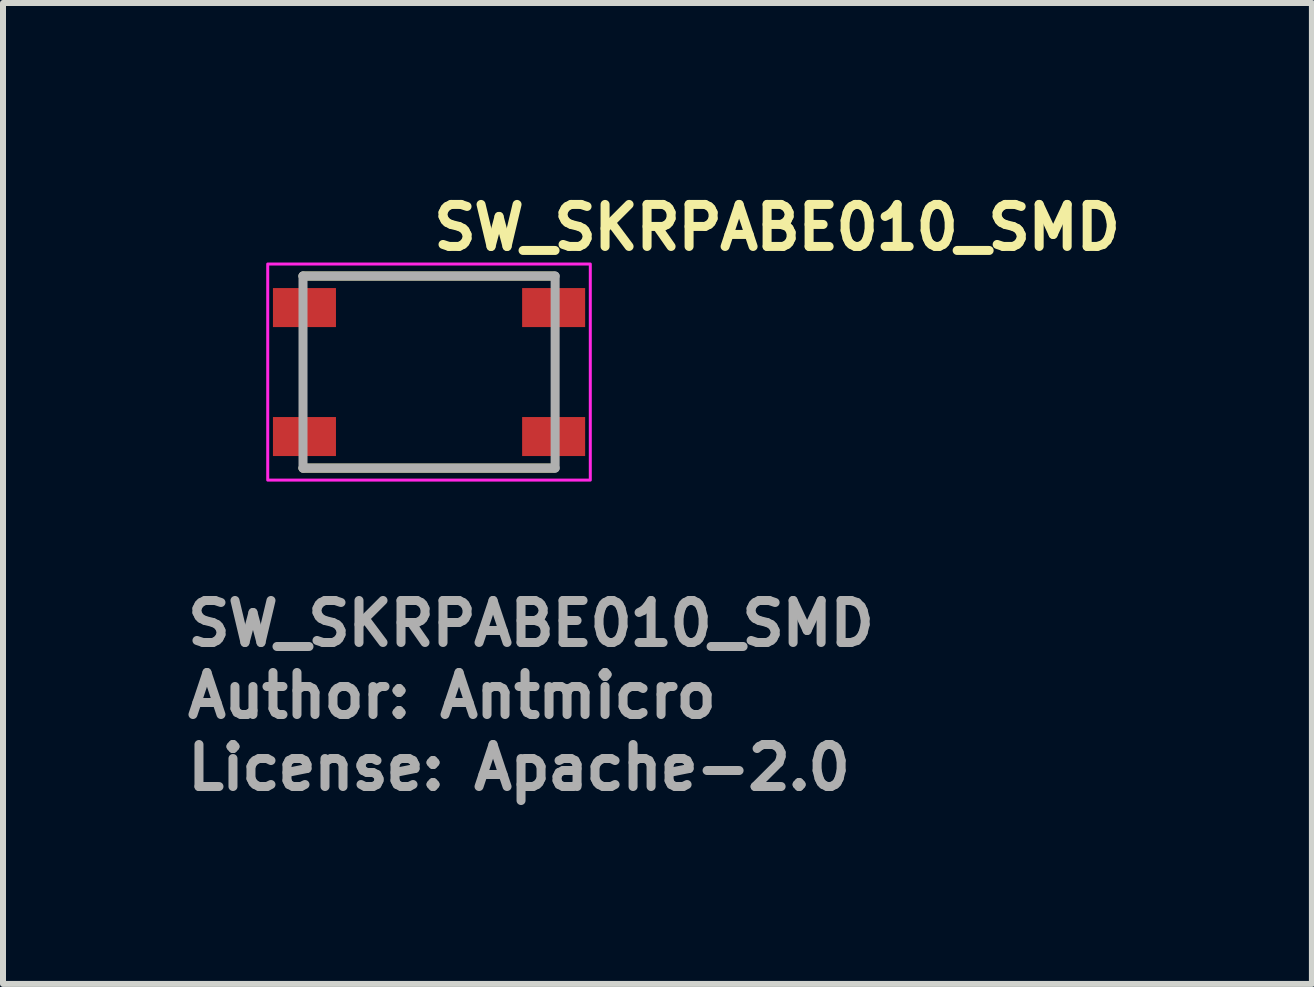
<source format=kicad_pcb>
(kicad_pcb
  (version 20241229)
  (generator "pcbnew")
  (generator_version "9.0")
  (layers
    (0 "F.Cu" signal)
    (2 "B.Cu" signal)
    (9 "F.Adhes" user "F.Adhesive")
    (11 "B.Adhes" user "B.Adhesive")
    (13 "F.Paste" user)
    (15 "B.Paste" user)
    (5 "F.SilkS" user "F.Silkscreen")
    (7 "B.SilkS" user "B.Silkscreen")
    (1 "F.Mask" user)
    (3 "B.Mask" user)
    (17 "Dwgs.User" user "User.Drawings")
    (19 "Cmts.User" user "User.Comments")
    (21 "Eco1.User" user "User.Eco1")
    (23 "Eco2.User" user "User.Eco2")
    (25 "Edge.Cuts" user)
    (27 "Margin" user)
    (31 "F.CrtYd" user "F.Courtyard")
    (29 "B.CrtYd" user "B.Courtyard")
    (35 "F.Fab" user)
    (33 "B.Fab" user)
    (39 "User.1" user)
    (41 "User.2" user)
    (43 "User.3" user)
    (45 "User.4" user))
  (footprint "SW_SKRPABE010_SMD"
    (layer "F.Cu")
    (at 4.1 3.15)
    (property "Reference" "SW_SKRPABE010_SMD" (at 0 -2 0) (layer "F.SilkS") (effects (font (size 0.7 0.7) (thickness 0.15)) (justify left bottom)))
    (attr smd)
    (fp_line (start -2.101 -1.601) (end 2.075 -1.601) (stroke (width 0.15) (type solid)) (layer "F.SilkS"))
    (fp_line (start -2.101 1.6) (end 2.075 1.6) (stroke (width 0.15) (type solid)) (layer "F.SilkS"))
    (fp_rect (start -2.689 -1.801) (end 2.686 1.8) (stroke (width 0.05) (type solid)) (fill no) (layer "F.CrtYd"))
    (fp_line (start -2.101 -1.601) (end 2.1 -1.601) (stroke (width 0.15) (type solid)) (layer "F.Fab"))
    (fp_line (start -2.101 1.6) (end -2.101 -1.601) (stroke (width 0.15) (type solid)) (layer "F.Fab"))
    (fp_line (start 2.1 -1.601) (end 2.1 1.6) (stroke (width 0.15) (type solid)) (layer "F.Fab"))
    (fp_line (start 2.1 1.6) (end -2.101 1.6) (stroke (width 0.15) (type solid)) (layer "F.Fab"))
    (fp_rect (start -2.289 -1.601) (end 2.286 1.6) (stroke (width 0.1) (type solid)) (fill no) (layer "User.5"))
    (fp_line (start -2.289 -1.351) (end -2.289 -0.802) (stroke (width 0.02) (type solid)) (layer "User.9"))
    (fp_line (start -2.289 -1.351) (end -2.191 -1.351) (stroke (width 0.02) (type solid)) (layer "User.9"))
    (fp_line (start -2.289 -0.802) (end -2.191 -0.802) (stroke (width 0.02) (type solid)) (layer "User.9"))
    (fp_line (start -2.289 0.8) (end -2.289 1.35) (stroke (width 0.02) (type solid)) (layer "User.9"))
    (fp_line (start -2.289 0.8) (end -2.191 0.8) (stroke (width 0.02) (type solid)) (layer "User.9"))
    (fp_line (start -2.289 1.35) (end -2.191 1.35) (stroke (width 0.02) (type solid)) (layer "User.9"))
    (fp_line (start -2.191 -0.802) (end -2.191 -1.351) (stroke (width 0.02) (type solid)) (layer "User.9"))
    (fp_line (start -2.191 -0.802) (end -2.101 -0.802) (stroke (width 0.02) (type solid)) (layer "User.9"))
    (fp_line (start -2.191 1.35) (end -2.191 0.8) (stroke (width 0.02) (type solid)) (layer "User.9"))
    (fp_line (start -2.191 1.35) (end -2.101 1.35) (stroke (width 0.02) (type solid)) (layer "User.9"))
    (fp_line (start -2.101 -1.412) (end -2.1 -1.422) (stroke (width 0.02) (type solid)) (layer "User.9"))
    (fp_line (start -2.101 -1.401) (end -2.101 -1.412) (stroke (width 0.02) (type solid)) (layer "User.9"))
    (fp_line (start -2.101 -1.401) (end -2.101 -0.402) (stroke (width 0.02) (type solid)) (layer "User.9"))
    (fp_line (start -2.101 -1.351) (end -2.191 -1.351) (stroke (width 0.02) (type solid)) (layer "User.9"))
    (fp_line (start -2.101 -0.402) (end -2.101 0.4) (stroke (width 0.02) (type solid)) (layer "User.9"))
    (fp_line (start -2.101 0.4) (end -2.101 1.398) (stroke (width 0.02) (type solid)) (layer "User.9"))
    (fp_line (start -2.101 0.4) (end -0.902 1.6) (stroke (width 0.02) (type solid)) (layer "User.9"))
    (fp_line (start -2.101 0.8) (end -2.191 0.8) (stroke (width 0.02) (type solid)) (layer "User.9"))
    (fp_line (start -2.101 1.409) (end -2.101 1.398) (stroke (width 0.02) (type solid)) (layer "User.9"))
    (fp_line (start -2.1 -1.422) (end -2.098 -1.432) (stroke (width 0.02) (type solid)) (layer "User.9"))
    (fp_line (start -2.1 1.419) (end -2.101 1.409) (stroke (width 0.02) (type solid)) (layer "User.9"))
    (fp_line (start -2.098 -1.432) (end -2.097 -1.442) (stroke (width 0.02) (type solid)) (layer "User.9"))
    (fp_line (start -2.098 1.429) (end -2.1 1.419) (stroke (width 0.02) (type solid)) (layer "User.9"))
    (fp_line (start -2.097 -1.442) (end -2.094 -1.45) (stroke (width 0.02) (type solid)) (layer "User.9"))
    (fp_line (start -2.097 1.439) (end -2.098 1.429) (stroke (width 0.02) (type solid)) (layer "User.9"))
    (fp_line (start -2.094 -1.45) (end -2.093 -1.46) (stroke (width 0.02) (type solid)) (layer "User.9"))
    (fp_line (start -2.094 1.449) (end -2.097 1.439) (stroke (width 0.02) (type solid)) (layer "User.9"))
    (fp_line (start -2.093 -1.46) (end -2.089 -1.47) (stroke (width 0.02) (type solid)) (layer "User.9"))
    (fp_line (start -2.093 1.459) (end -2.094 1.449) (stroke (width 0.02) (type solid)) (layer "User.9"))
    (fp_line (start -2.089 -1.47) (end -2.085 -1.478) (stroke (width 0.02) (type solid)) (layer "User.9"))
    (fp_line (start -2.089 1.467) (end -2.093 1.459) (stroke (width 0.02) (type solid)) (layer "User.9"))
    (fp_line (start -2.085 -1.478) (end -2.081 -1.488) (stroke (width 0.02) (type solid)) (layer "User.9"))
    (fp_line (start -2.085 1.477) (end -2.089 1.467) (stroke (width 0.02) (type solid)) (layer "User.9"))
    (fp_line (start -2.081 -1.488) (end -2.077 -1.496) (stroke (width 0.02) (type solid)) (layer "User.9"))
    (fp_line (start -2.081 1.485) (end -2.085 1.477) (stroke (width 0.02) (type solid)) (layer "User.9"))
    (fp_line (start -2.077 -1.496) (end -2.073 -1.504) (stroke (width 0.02) (type solid)) (layer "User.9"))
    (fp_line (start -2.077 1.495) (end -2.081 1.485) (stroke (width 0.02) (type solid)) (layer "User.9"))
    (fp_line (start -2.073 -1.504) (end -2.066 -1.512) (stroke (width 0.02) (type solid)) (layer "User.9"))
    (fp_line (start -2.073 1.503) (end -2.077 1.495) (stroke (width 0.02) (type solid)) (layer "User.9"))
    (fp_line (start -2.066 -1.512) (end -2.061 -1.52) (stroke (width 0.02) (type solid)) (layer "User.9"))
    (fp_line (start -2.066 1.511) (end -2.073 1.503) (stroke (width 0.02) (type solid)) (layer "User.9"))
    (fp_line (start -2.061 -1.52) (end -2.056 -1.528) (stroke (width 0.02) (type solid)) (layer "User.9"))
    (fp_line (start -2.061 1.519) (end -2.066 1.511) (stroke (width 0.02) (type solid)) (layer "User.9"))
    (fp_line (start -2.056 -1.528) (end -2.049 -1.536) (stroke (width 0.02) (type solid)) (layer "User.9"))
    (fp_line (start -2.056 1.527) (end -2.061 1.519) (stroke (width 0.02) (type solid)) (layer "User.9"))
    (fp_line (start -2.05 0.45) (end -2.05 -0.452) (stroke (width 0.02) (type solid)) (layer "User.9"))
    (fp_line (start -2.049 -1.536) (end -2.043 -1.543) (stroke (width 0.02) (type solid)) (layer "User.9"))
    (fp_line (start -2.049 1.533) (end -2.056 1.527) (stroke (width 0.02) (type solid)) (layer "User.9"))
    (fp_line (start -2.043 -1.543) (end -2.036 -1.549) (stroke (width 0.02) (type solid)) (layer "User.9"))
    (fp_line (start -2.043 1.54) (end -2.049 1.533) (stroke (width 0.02) (type solid)) (layer "User.9"))
    (fp_line (start -2.036 -1.549) (end -2.028 -1.555) (stroke (width 0.02) (type solid)) (layer "User.9"))
    (fp_line (start -2.036 1.548) (end -2.043 1.54) (stroke (width 0.02) (type solid)) (layer "User.9"))
    (fp_line (start -2.028 -1.555) (end -2.02 -1.561) (stroke (width 0.02) (type solid)) (layer "User.9"))
    (fp_line (start -2.028 1.554) (end -2.036 1.548) (stroke (width 0.02) (type solid)) (layer "User.9"))
    (fp_line (start -2.02 -1.561) (end -2.012 -1.567) (stroke (width 0.02) (type solid)) (layer "User.9"))
    (fp_line (start -2.02 1.56) (end -2.028 1.554) (stroke (width 0.02) (type solid)) (layer "User.9"))
    (fp_line (start -2.012 -1.567) (end -2.004 -1.573) (stroke (width 0.02) (type solid)) (layer "User.9"))
    (fp_line (start -2.012 1.564) (end -2.02 1.56) (stroke (width 0.02) (type solid)) (layer "User.9"))
    (fp_line (start -2.004 -1.573) (end -1.996 -1.577) (stroke (width 0.02) (type solid)) (layer "User.9"))
    (fp_line (start -2.004 1.57) (end -2.012 1.564) (stroke (width 0.02) (type solid)) (layer "User.9"))
    (fp_line (start -1.996 -1.577) (end -1.988 -1.581) (stroke (width 0.02) (type solid)) (layer "User.9"))
    (fp_line (start -1.996 1.574) (end -2.004 1.57) (stroke (width 0.02) (type solid)) (layer "User.9"))
    (fp_line (start -1.988 -1.581) (end -1.978 -1.585) (stroke (width 0.02) (type solid)) (layer "User.9"))
    (fp_line (start -1.988 1.58) (end -1.996 1.574) (stroke (width 0.02) (type solid)) (layer "User.9"))
    (fp_line (start -1.978 -1.585) (end -1.97 -1.589) (stroke (width 0.02) (type solid)) (layer "User.9"))
    (fp_line (start -1.978 1.584) (end -1.988 1.58) (stroke (width 0.02) (type solid)) (layer "User.9"))
    (fp_line (start -1.97 -1.589) (end -1.96 -1.593) (stroke (width 0.02) (type solid)) (layer "User.9"))
    (fp_line (start -1.97 1.586) (end -1.978 1.584) (stroke (width 0.02) (type solid)) (layer "User.9"))
    (fp_line (start -1.96 -1.593) (end -1.95 -1.595) (stroke (width 0.02) (type solid)) (layer "User.9"))
    (fp_line (start -1.96 1.59) (end -1.97 1.586) (stroke (width 0.02) (type solid)) (layer "User.9"))
    (fp_line (start -1.95 -1.595) (end -1.942 -1.597) (stroke (width 0.02) (type solid)) (layer "User.9"))
    (fp_line (start -1.95 1.592) (end -1.96 1.59) (stroke (width 0.02) (type solid)) (layer "User.9"))
    (fp_line (start -1.942 -1.597) (end -1.932 -1.599) (stroke (width 0.02) (type solid)) (layer "User.9"))
    (fp_line (start -1.942 1.594) (end -1.95 1.592) (stroke (width 0.02) (type solid)) (layer "User.9"))
    (fp_line (start -1.932 -1.599) (end -1.922 -1.599) (stroke (width 0.02) (type solid)) (layer "User.9"))
    (fp_line (start -1.932 1.596) (end -1.942 1.594) (stroke (width 0.02) (type solid)) (layer "User.9"))
    (fp_line (start -1.922 -1.599) (end -1.911 -1.601) (stroke (width 0.02) (type solid)) (layer "User.9"))
    (fp_line (start -1.922 1.598) (end -1.932 1.596) (stroke (width 0.02) (type solid)) (layer "User.9"))
    (fp_line (start -1.911 -1.601) (end -1.901 -1.601) (stroke (width 0.02) (type solid)) (layer "User.9"))
    (fp_line (start -1.911 1.598) (end -1.922 1.598) (stroke (width 0.02) (type solid)) (layer "User.9"))
    (fp_line (start -1.901 1.6) (end -1.911 1.598) (stroke (width 0.02) (type solid)) (layer "User.9"))
    (fp_line (start -1.901 1.6) (end -0.902 1.6) (stroke (width 0.02) (type solid)) (layer "User.9"))
    (fp_line (start -1.601 0) (end -1.599 0.076) (stroke (width 0.02) (type solid)) (layer "User.9"))
    (fp_line (start -1.599 -0.078) (end -1.601 0) (stroke (width 0.02) (type solid)) (layer "User.9"))
    (fp_line (start -1.599 0.076) (end -1.591 0.154) (stroke (width 0.02) (type solid)) (layer "User.9"))
    (fp_line (start -1.591 -0.156) (end -1.599 -0.078) (stroke (width 0.02) (type solid)) (layer "User.9"))
    (fp_line (start -1.591 0.154) (end -1.579 0.231) (stroke (width 0.02) (type solid)) (layer "User.9"))
    (fp_line (start -1.579 -0.233) (end -1.591 -0.156) (stroke (width 0.02) (type solid)) (layer "User.9"))
    (fp_line (start -1.579 0.231) (end -1.561 0.307) (stroke (width 0.02) (type solid)) (layer "User.9"))
    (fp_line (start -1.561 -0.309) (end -1.579 -0.233) (stroke (width 0.02) (type solid)) (layer "User.9"))
    (fp_line (start -1.561 0.307) (end -1.539 0.382) (stroke (width 0.02) (type solid)) (layer "User.9"))
    (fp_line (start -1.539 -0.384) (end -1.561 -0.309) (stroke (width 0.02) (type solid)) (layer "User.9"))
    (fp_line (start -1.539 0.382) (end -1.51 0.457) (stroke (width 0.02) (type solid)) (layer "User.9"))
    (fp_line (start -1.51 -0.459) (end -1.539 -0.384) (stroke (width 0.02) (type solid)) (layer "User.9"))
    (fp_line (start -1.51 0.457) (end -1.478 0.529) (stroke (width 0.02) (type solid)) (layer "User.9"))
    (fp_line (start -1.5 0) (end -1.498 -0.073) (stroke (width 0.02) (type solid)) (layer "User.9"))
    (fp_line (start -1.498 -0.073) (end -1.492 -0.144) (stroke (width 0.02) (type solid)) (layer "User.9"))
    (fp_line (start -1.498 0.071) (end -1.5 0) (stroke (width 0.02) (type solid)) (layer "User.9"))
    (fp_line (start -1.492 -0.144) (end -1.48 -0.213) (stroke (width 0.02) (type solid)) (layer "User.9"))
    (fp_line (start -1.492 0.142) (end -1.498 0.071) (stroke (width 0.02) (type solid)) (layer "User.9"))
    (fp_line (start -1.48 -0.213) (end -1.464 -0.284) (stroke (width 0.02) (type solid)) (layer "User.9"))
    (fp_line (start -1.48 0.211) (end -1.492 0.142) (stroke (width 0.02) (type solid)) (layer "User.9"))
    (fp_line (start -1.478 -0.531) (end -1.51 -0.459) (stroke (width 0.02) (type solid)) (layer "User.9"))
    (fp_line (start -1.478 0.529) (end -1.44 0.598) (stroke (width 0.02) (type solid)) (layer "User.9"))
    (fp_line (start -1.464 -0.284) (end -1.444 -0.352) (stroke (width 0.02) (type solid)) (layer "User.9"))
    (fp_line (start -1.464 0.282) (end -1.48 0.211) (stroke (width 0.02) (type solid)) (layer "User.9"))
    (fp_line (start -1.444 -0.352) (end -1.418 -0.419) (stroke (width 0.02) (type solid)) (layer "User.9"))
    (fp_line (start -1.444 0.351) (end -1.464 0.282) (stroke (width 0.02) (type solid)) (layer "User.9"))
    (fp_line (start -1.44 -0.6) (end -1.478 -0.531) (stroke (width 0.02) (type solid)) (layer "User.9"))
    (fp_line (start -1.44 -0.6) (end -1.44 -0.6) (stroke (width 0.02) (type solid)) (layer "User.9"))
    (fp_line (start -1.44 0.598) (end -1.44 0.598) (stroke (width 0.02) (type solid)) (layer "User.9"))
    (fp_line (start -1.44 0.598) (end -1.42 0.633) (stroke (width 0.02) (type solid)) (layer "User.9"))
    (fp_line (start -1.42 0.633) (end -1.397 0.667) (stroke (width 0.02) (type solid)) (layer "User.9"))
    (fp_line (start -1.418 -0.419) (end -1.389 -0.486) (stroke (width 0.02) (type solid)) (layer "User.9"))
    (fp_line (start -1.418 0.417) (end -1.444 0.351) (stroke (width 0.02) (type solid)) (layer "User.9"))
    (fp_line (start -1.397 -0.669) (end -1.44 -0.6) (stroke (width 0.02) (type solid)) (layer "User.9"))
    (fp_line (start -1.397 0.667) (end -1.375 0.7) (stroke (width 0.02) (type solid)) (layer "User.9"))
    (fp_line (start -1.389 -0.486) (end -1.353 -0.552) (stroke (width 0.02) (type solid)) (layer "User.9"))
    (fp_line (start -1.389 0.484) (end -1.418 0.417) (stroke (width 0.02) (type solid)) (layer "User.9"))
    (fp_line (start -1.375 0.7) (end -1.351 0.731) (stroke (width 0.02) (type solid)) (layer "User.9"))
    (fp_line (start -1.353 -0.552) (end -1.353 -0.552) (stroke (width 0.02) (type solid)) (layer "User.9"))
    (fp_line (start -1.353 -0.552) (end -1.335 -0.582) (stroke (width 0.02) (type solid)) (layer "User.9"))
    (fp_line (start -1.353 0.55) (end -1.389 0.484) (stroke (width 0.02) (type solid)) (layer "User.9"))
    (fp_line (start -1.353 0.55) (end -1.353 0.55) (stroke (width 0.02) (type solid)) (layer "User.9"))
    (fp_line (start -1.351 -0.733) (end -1.397 -0.669) (stroke (width 0.02) (type solid)) (layer "User.9"))
    (fp_line (start -1.351 0.731) (end -1.327 0.762) (stroke (width 0.02) (type solid)) (layer "User.9"))
    (fp_line (start -1.335 -0.582) (end -1.315 -0.613) (stroke (width 0.02) (type solid)) (layer "User.9"))
    (fp_line (start -1.327 0.762) (end -1.301 0.793) (stroke (width 0.02) (type solid)) (layer "User.9"))
    (fp_line (start -1.315 -0.613) (end -1.295 -0.644) (stroke (width 0.02) (type solid)) (layer "User.9"))
    (fp_line (start -1.315 0.611) (end -1.353 0.55) (stroke (width 0.02) (type solid)) (layer "User.9"))
    (fp_line (start -1.301 -0.795) (end -1.351 -0.733) (stroke (width 0.02) (type solid)) (layer "User.9"))
    (fp_line (start -1.301 0.793) (end -1.276 0.822) (stroke (width 0.02) (type solid)) (layer "User.9"))
    (fp_line (start -1.295 -0.644) (end -1.272 -0.673) (stroke (width 0.02) (type solid)) (layer "User.9"))
    (fp_line (start -1.276 0.822) (end -1.248 0.849) (stroke (width 0.02) (type solid)) (layer "User.9"))
    (fp_line (start -1.272 -0.673) (end -1.25 -0.701) (stroke (width 0.02) (type solid)) (layer "User.9"))
    (fp_line (start -1.272 0.671) (end -1.315 0.611) (stroke (width 0.02) (type solid)) (layer "User.9"))
    (fp_line (start -1.25 -0.701) (end -1.226 -0.728) (stroke (width 0.02) (type solid)) (layer "User.9"))
    (fp_line (start -1.248 -0.851) (end -1.301 -0.795) (stroke (width 0.02) (type solid)) (layer "User.9"))
    (fp_line (start -1.248 0.849) (end -1.22 0.876) (stroke (width 0.02) (type solid)) (layer "User.9"))
    (fp_line (start -1.226 -0.728) (end -1.202 -0.754) (stroke (width 0.02) (type solid)) (layer "User.9"))
    (fp_line (start -1.226 0.726) (end -1.272 0.671) (stroke (width 0.02) (type solid)) (layer "User.9"))
    (fp_line (start -1.22 0.876) (end -1.19 0.903) (stroke (width 0.02) (type solid)) (layer "User.9"))
    (fp_line (start -1.202 -0.754) (end -1.178 -0.781) (stroke (width 0.02) (type solid)) (layer "User.9"))
    (fp_line (start -1.19 -0.905) (end -1.248 -0.851) (stroke (width 0.02) (type solid)) (layer "User.9"))
    (fp_line (start -1.19 0.903) (end -1.16 0.928) (stroke (width 0.02) (type solid)) (layer "User.9"))
    (fp_line (start -1.178 -0.781) (end -1.151 -0.806) (stroke (width 0.02) (type solid)) (layer "User.9"))
    (fp_line (start -1.178 0.779) (end -1.226 0.726) (stroke (width 0.02) (type solid)) (layer "User.9"))
    (fp_line (start -1.16 0.928) (end -1.131 0.953) (stroke (width 0.02) (type solid)) (layer "User.9"))
    (fp_line (start -1.151 -0.806) (end -1.125 -0.83) (stroke (width 0.02) (type solid)) (layer "User.9"))
    (fp_line (start -1.131 -0.955) (end -1.19 -0.905) (stroke (width 0.02) (type solid)) (layer "User.9"))
    (fp_line (start -1.131 0.953) (end -1.099 0.975) (stroke (width 0.02) (type solid)) (layer "User.9"))
    (fp_line (start -1.125 -0.83) (end -1.097 -0.852) (stroke (width 0.02) (type solid)) (layer "User.9"))
    (fp_line (start -1.125 0.828) (end -1.178 0.779) (stroke (width 0.02) (type solid)) (layer "User.9"))
    (fp_line (start -1.099 0.975) (end -1.067 0.997) (stroke (width 0.02) (type solid)) (layer "User.9"))
    (fp_line (start -1.097 -0.852) (end -1.069 -0.874) (stroke (width 0.02) (type solid)) (layer "User.9"))
    (fp_line (start -1.069 -0.874) (end -1.041 -0.895) (stroke (width 0.02) (type solid)) (layer "User.9"))
    (fp_line (start -1.069 0.872) (end -1.125 0.828) (stroke (width 0.02) (type solid)) (layer "User.9"))
    (fp_line (start -1.067 -0.999) (end -1.131 -0.955) (stroke (width 0.02) (type solid)) (layer "User.9"))
    (fp_line (start -1.067 0.997) (end -1.035 1.019) (stroke (width 0.02) (type solid)) (layer "User.9"))
    (fp_line (start -1.041 -0.895) (end -1.012 -0.917) (stroke (width 0.02) (type solid)) (layer "User.9"))
    (fp_line (start -1.035 1.019) (end -1 1.038) (stroke (width 0.02) (type solid)) (layer "User.9"))
    (fp_line (start -1.012 -0.917) (end -0.981 -0.936) (stroke (width 0.02) (type solid)) (layer "User.9"))
    (fp_line (start -1.012 0.915) (end -1.069 0.872) (stroke (width 0.02) (type solid)) (layer "User.9"))
    (fp_line (start -1 -1.041) (end -1.067 -0.999) (stroke (width 0.02) (type solid)) (layer "User.9"))
    (fp_line (start -1 1.038) (end -0.967 1.058) (stroke (width 0.02) (type solid)) (layer "User.9"))
    (fp_line (start -0.981 -0.936) (end -0.951 -0.954) (stroke (width 0.02) (type solid)) (layer "User.9"))
    (fp_line (start -0.967 1.058) (end -0.933 1.074) (stroke (width 0.02) (type solid)) (layer "User.9"))
    (fp_line (start -0.951 -1.551) (end 0.949 -1.551) (stroke (width 0.02) (type solid)) (layer "User.9"))
    (fp_line (start -0.951 -0.954) (end -0.92 -0.97) (stroke (width 0.02) (type solid)) (layer "User.9"))
    (fp_line (start -0.951 0.952) (end -1.012 0.915) (stroke (width 0.02) (type solid)) (layer "User.9"))
    (fp_line (start -0.933 -1.077) (end -1 -1.041) (stroke (width 0.02) (type solid)) (layer "User.9"))
    (fp_line (start -0.933 1.074) (end -0.898 1.092) (stroke (width 0.02) (type solid)) (layer "User.9"))
    (fp_line (start -0.92 -0.97) (end -0.888 -0.987) (stroke (width 0.02) (type solid)) (layer "User.9"))
    (fp_line (start -0.902 -1.601) (end -2.101 -0.402) (stroke (width 0.02) (type solid)) (layer "User.9"))
    (fp_line (start -0.902 -1.601) (end -1.901 -1.601) (stroke (width 0.02) (type solid)) (layer "User.9"))
    (fp_line (start -0.902 1.6) (end 0.9 1.6) (stroke (width 0.02) (type solid)) (layer "User.9"))
    (fp_line (start -0.898 1.092) (end -0.861 1.108) (stroke (width 0.02) (type solid)) (layer "User.9"))
    (fp_line (start -0.888 -0.987) (end -0.856 -1.002) (stroke (width 0.02) (type solid)) (layer "User.9"))
    (fp_line (start -0.888 0.985) (end -0.951 0.952) (stroke (width 0.02) (type solid)) (layer "User.9"))
    (fp_line (start -0.861 -1.109) (end -0.933 -1.077) (stroke (width 0.02) (type solid)) (layer "User.9"))
    (fp_line (start -0.861 1.108) (end -0.826 1.122) (stroke (width 0.02) (type solid)) (layer "User.9"))
    (fp_line (start -0.856 -1.002) (end -0.824 -1.016) (stroke (width 0.02) (type solid)) (layer "User.9"))
    (fp_line (start -0.826 1.122) (end -0.789 1.134) (stroke (width 0.02) (type solid)) (layer "User.9"))
    (fp_line (start -0.824 -1.016) (end -0.791 -1.029) (stroke (width 0.02) (type solid)) (layer "User.9"))
    (fp_line (start -0.824 1.015) (end -0.888 0.985) (stroke (width 0.02) (type solid)) (layer "User.9"))
    (fp_line (start -0.791 -1.029) (end -0.756 -1.041) (stroke (width 0.02) (type solid)) (layer "User.9"))
    (fp_line (start -0.789 -1.137) (end -0.861 -1.109) (stroke (width 0.02) (type solid)) (layer "User.9"))
    (fp_line (start -0.789 1.134) (end -0.751 1.146) (stroke (width 0.02) (type solid)) (layer "User.9"))
    (fp_line (start -0.756 -1.041) (end -0.722 -1.053) (stroke (width 0.02) (type solid)) (layer "User.9"))
    (fp_line (start -0.756 1.04) (end -0.824 1.015) (stroke (width 0.02) (type solid)) (layer "User.9"))
    (fp_line (start -0.751 1.146) (end -0.714 1.157) (stroke (width 0.02) (type solid)) (layer "User.9"))
    (fp_line (start -0.722 -1.053) (end -0.689 -1.063) (stroke (width 0.02) (type solid)) (layer "User.9"))
    (fp_line (start -0.714 -1.16) (end -0.789 -1.137) (stroke (width 0.02) (type solid)) (layer "User.9"))
    (fp_line (start -0.714 1.157) (end -0.677 1.167) (stroke (width 0.02) (type solid)) (layer "User.9"))
    (fp_line (start -0.689 -1.063) (end -0.654 -1.071) (stroke (width 0.02) (type solid)) (layer "User.9"))
    (fp_line (start -0.689 1.06) (end -0.756 1.04) (stroke (width 0.02) (type solid)) (layer "User.9"))
    (fp_line (start -0.677 1.167) (end -0.637 1.175) (stroke (width 0.02) (type solid)) (layer "User.9"))
    (fp_line (start -0.654 -1.071) (end -0.618 -1.079) (stroke (width 0.02) (type solid)) (layer "User.9"))
    (fp_line (start -0.637 -1.178) (end -0.714 -1.16) (stroke (width 0.02) (type solid)) (layer "User.9"))
    (fp_line (start -0.637 1.175) (end -0.599 1.183) (stroke (width 0.02) (type solid)) (layer "User.9"))
    (fp_line (start -0.618 -1.079) (end -0.582 -1.085) (stroke (width 0.02) (type solid)) (layer "User.9"))
    (fp_line (start -0.618 1.078) (end -0.689 1.06) (stroke (width 0.02) (type solid)) (layer "User.9"))
    (fp_line (start -0.599 1.183) (end -0.56 1.189) (stroke (width 0.02) (type solid)) (layer "User.9"))
    (fp_line (start -0.582 -1.085) (end -0.547 -1.091) (stroke (width 0.02) (type solid)) (layer "User.9"))
    (fp_line (start -0.56 -1.19) (end -0.637 -1.178) (stroke (width 0.02) (type solid)) (layer "User.9"))
    (fp_line (start -0.56 1.189) (end -0.521 1.193) (stroke (width 0.02) (type solid)) (layer "User.9"))
    (fp_line (start -0.547 -1.091) (end -0.51 -1.095) (stroke (width 0.02) (type solid)) (layer "User.9"))
    (fp_line (start -0.547 1.09) (end -0.618 1.078) (stroke (width 0.02) (type solid)) (layer "User.9"))
    (fp_line (start -0.521 1.193) (end -0.48 1.197) (stroke (width 0.02) (type solid)) (layer "User.9"))
    (fp_line (start -0.51 -1.095) (end -0.475 -1.099) (stroke (width 0.02) (type solid)) (layer "User.9"))
    (fp_line (start -0.48 -1.198) (end -0.56 -1.19) (stroke (width 0.02) (type solid)) (layer "User.9"))
    (fp_line (start -0.48 1.197) (end -0.441 1.199) (stroke (width 0.02) (type solid)) (layer "User.9"))
    (fp_line (start -0.475 -1.099) (end -0.437 -1.101) (stroke (width 0.02) (type solid)) (layer "User.9"))
    (fp_line (start -0.475 1.096) (end -0.547 1.09) (stroke (width 0.02) (type solid)) (layer "User.9"))
    (fp_line (start -0.441 1.199) (end -0.402 1.199) (stroke (width 0.02) (type solid)) (layer "User.9"))
    (fp_line (start -0.437 -1.101) (end -0.402 -1.101) (stroke (width 0.02) (type solid)) (layer "User.9"))
    (fp_line (start -0.402 -1.2) (end -0.48 -1.198) (stroke (width 0.02) (type solid)) (layer "User.9"))
    (fp_line (start -0.402 -1.101) (end 0.4 -1.101) (stroke (width 0.02) (type solid)) (layer "User.9"))
    (fp_line (start -0.402 1.1) (end -0.475 1.096) (stroke (width 0.02) (type solid)) (layer "User.9"))
    (fp_line (start -0.402 1.1) (end 0.4 1.1) (stroke (width 0.02) (type solid)) (layer "User.9"))
    (fp_line (start -0.402 1.199) (end 0.4 1.199) (stroke (width 0.02) (type solid)) (layer "User.9"))
    (fp_line (start 0.4 -1.2) (end -0.402 -1.2) (stroke (width 0.02) (type solid)) (layer "User.9"))
    (fp_line (start 0.4 -1.101) (end 0.473 -1.099) (stroke (width 0.02) (type solid)) (layer "User.9"))
    (fp_line (start 0.4 1.1) (end -0.402 1.1) (stroke (width 0.02) (type solid)) (layer "User.9"))
    (fp_line (start 0.4 1.199) (end 0.479 1.197) (stroke (width 0.02) (type solid)) (layer "User.9"))
    (fp_line (start 0.435 1.098) (end 0.4 1.1) (stroke (width 0.02) (type solid)) (layer "User.9"))
    (fp_line (start 0.439 -1.2) (end 0.4 -1.2) (stroke (width 0.02) (type solid)) (layer "User.9"))
    (fp_line (start 0.473 -1.099) (end 0.545 -1.091) (stroke (width 0.02) (type solid)) (layer "User.9"))
    (fp_line (start 0.473 1.096) (end 0.435 1.098) (stroke (width 0.02) (type solid)) (layer "User.9"))
    (fp_line (start 0.479 -1.198) (end 0.439 -1.2) (stroke (width 0.02) (type solid)) (layer "User.9"))
    (fp_line (start 0.479 1.197) (end 0.558 1.189) (stroke (width 0.02) (type solid)) (layer "User.9"))
    (fp_line (start 0.508 1.094) (end 0.473 1.096) (stroke (width 0.02) (type solid)) (layer "User.9"))
    (fp_line (start 0.519 -1.196) (end 0.479 -1.198) (stroke (width 0.02) (type solid)) (layer "User.9"))
    (fp_line (start 0.545 -1.091) (end 0.616 -1.079) (stroke (width 0.02) (type solid)) (layer "User.9"))
    (fp_line (start 0.545 1.09) (end 0.508 1.094) (stroke (width 0.02) (type solid)) (layer "User.9"))
    (fp_line (start 0.558 -1.19) (end 0.519 -1.196) (stroke (width 0.02) (type solid)) (layer "User.9"))
    (fp_line (start 0.558 1.189) (end 0.635 1.175) (stroke (width 0.02) (type solid)) (layer "User.9"))
    (fp_line (start 0.58 1.084) (end 0.545 1.09) (stroke (width 0.02) (type solid)) (layer "User.9"))
    (fp_line (start 0.597 -1.184) (end 0.558 -1.19) (stroke (width 0.02) (type solid)) (layer "User.9"))
    (fp_line (start 0.616 -1.079) (end 0.687 -1.063) (stroke (width 0.02) (type solid)) (layer "User.9"))
    (fp_line (start 0.616 1.078) (end 0.58 1.084) (stroke (width 0.02) (type solid)) (layer "User.9"))
    (fp_line (start 0.635 -1.178) (end 0.597 -1.184) (stroke (width 0.02) (type solid)) (layer "User.9"))
    (fp_line (start 0.635 1.175) (end 0.712 1.157) (stroke (width 0.02) (type solid)) (layer "User.9"))
    (fp_line (start 0.652 1.07) (end 0.616 1.078) (stroke (width 0.02) (type solid)) (layer "User.9"))
    (fp_line (start 0.675 -1.17) (end 0.635 -1.178) (stroke (width 0.02) (type solid)) (layer "User.9"))
    (fp_line (start 0.687 -1.063) (end 0.754 -1.041) (stroke (width 0.02) (type solid)) (layer "User.9"))
    (fp_line (start 0.687 1.06) (end 0.652 1.07) (stroke (width 0.02) (type solid)) (layer "User.9"))
    (fp_line (start 0.712 -1.16) (end 0.675 -1.17) (stroke (width 0.02) (type solid)) (layer "User.9"))
    (fp_line (start 0.712 1.157) (end 0.787 1.134) (stroke (width 0.02) (type solid)) (layer "User.9"))
    (fp_line (start 0.72 1.052) (end 0.687 1.06) (stroke (width 0.02) (type solid)) (layer "User.9"))
    (fp_line (start 0.749 -1.149) (end 0.712 -1.16) (stroke (width 0.02) (type solid)) (layer "User.9"))
    (fp_line (start 0.754 -1.041) (end 0.822 -1.016) (stroke (width 0.02) (type solid)) (layer "User.9"))
    (fp_line (start 0.754 1.04) (end 0.72 1.052) (stroke (width 0.02) (type solid)) (layer "User.9"))
    (fp_line (start 0.787 -1.137) (end 0.749 -1.149) (stroke (width 0.02) (type solid)) (layer "User.9"))
    (fp_line (start 0.787 1.134) (end 0.859 1.108) (stroke (width 0.02) (type solid)) (layer "User.9"))
    (fp_line (start 0.789 1.028) (end 0.754 1.04) (stroke (width 0.02) (type solid)) (layer "User.9"))
    (fp_line (start 0.822 -1.016) (end 0.886 -0.987) (stroke (width 0.02) (type solid)) (layer "User.9"))
    (fp_line (start 0.822 1.015) (end 0.789 1.028) (stroke (width 0.02) (type solid)) (layer "User.9"))
    (fp_line (start 0.824 -1.123) (end 0.787 -1.137) (stroke (width 0.02) (type solid)) (layer "User.9"))
    (fp_line (start 0.854 1.001) (end 0.822 1.015) (stroke (width 0.02) (type solid)) (layer "User.9"))
    (fp_line (start 0.859 -1.109) (end 0.824 -1.123) (stroke (width 0.02) (type solid)) (layer "User.9"))
    (fp_line (start 0.859 1.108) (end 0.931 1.074) (stroke (width 0.02) (type solid)) (layer "User.9"))
    (fp_line (start 0.886 -0.987) (end 0.949 -0.954) (stroke (width 0.02) (type solid)) (layer "User.9"))
    (fp_line (start 0.886 0.985) (end 0.854 1.001) (stroke (width 0.02) (type solid)) (layer "User.9"))
    (fp_line (start 0.896 -1.093) (end 0.859 -1.109) (stroke (width 0.02) (type solid)) (layer "User.9"))
    (fp_line (start 0.9 -1.601) (end -0.902 -1.601) (stroke (width 0.02) (type solid)) (layer "User.9"))
    (fp_line (start 0.9 1.6) (end 1.898 1.6) (stroke (width 0.02) (type solid)) (layer "User.9"))
    (fp_line (start 0.9 1.6) (end 2.1 0.4) (stroke (width 0.02) (type solid)) (layer "User.9"))
    (fp_line (start 0.918 0.968) (end 0.886 0.985) (stroke (width 0.02) (type solid)) (layer "User.9"))
    (fp_line (start 0.931 -1.077) (end 0.896 -1.093) (stroke (width 0.02) (type solid)) (layer "User.9"))
    (fp_line (start 0.931 1.074) (end 0.998 1.038) (stroke (width 0.02) (type solid)) (layer "User.9"))
    (fp_line (start 0.949 -0.954) (end 1.009 -0.917) (stroke (width 0.02) (type solid)) (layer "User.9"))
    (fp_line (start 0.949 0.952) (end 0.918 0.968) (stroke (width 0.02) (type solid)) (layer "User.9"))
    (fp_line (start 0.949 1.55) (end -0.951 1.55) (stroke (width 0.02) (type solid)) (layer "User.9"))
    (fp_line (start 0.965 -1.059) (end 0.931 -1.077) (stroke (width 0.02) (type solid)) (layer "User.9"))
    (fp_line (start 0.979 0.934) (end 0.949 0.952) (stroke (width 0.02) (type solid)) (layer "User.9"))
    (fp_line (start 0.998 -1.041) (end 0.965 -1.059) (stroke (width 0.02) (type solid)) (layer "User.9"))
    (fp_line (start 0.998 1.038) (end 1.064 0.997) (stroke (width 0.02) (type solid)) (layer "User.9"))
    (fp_line (start 1.009 -0.917) (end 1.068 -0.874) (stroke (width 0.02) (type solid)) (layer "User.9"))
    (fp_line (start 1.009 0.915) (end 0.979 0.934) (stroke (width 0.02) (type solid)) (layer "User.9"))
    (fp_line (start 1.032 -1.02) (end 0.998 -1.041) (stroke (width 0.02) (type solid)) (layer "User.9"))
    (fp_line (start 1.038 0.893) (end 1.009 0.915) (stroke (width 0.02) (type solid)) (layer "User.9"))
    (fp_line (start 1.064 -0.999) (end 1.032 -1.02) (stroke (width 0.02) (type solid)) (layer "User.9"))
    (fp_line (start 1.064 0.997) (end 1.128 0.953) (stroke (width 0.02) (type solid)) (layer "User.9"))
    (fp_line (start 1.068 -0.874) (end 1.122 -0.83) (stroke (width 0.02) (type solid)) (layer "User.9"))
    (fp_line (start 1.068 0.872) (end 1.038 0.893) (stroke (width 0.02) (type solid)) (layer "User.9"))
    (fp_line (start 1.096 -0.977) (end 1.064 -0.999) (stroke (width 0.02) (type solid)) (layer "User.9"))
    (fp_line (start 1.096 0.85) (end 1.068 0.872) (stroke (width 0.02) (type solid)) (layer "User.9"))
    (fp_line (start 1.122 -0.83) (end 1.175 -0.781) (stroke (width 0.02) (type solid)) (layer "User.9"))
    (fp_line (start 1.122 0.828) (end 1.096 0.85) (stroke (width 0.02) (type solid)) (layer "User.9"))
    (fp_line (start 1.128 -0.955) (end 1.096 -0.977) (stroke (width 0.02) (type solid)) (layer "User.9"))
    (fp_line (start 1.128 0.953) (end 1.189 0.903) (stroke (width 0.02) (type solid)) (layer "User.9"))
    (fp_line (start 1.15 0.804) (end 1.122 0.828) (stroke (width 0.02) (type solid)) (layer "User.9"))
    (fp_line (start 1.159 -0.93) (end 1.128 -0.955) (stroke (width 0.02) (type solid)) (layer "User.9"))
    (fp_line (start 1.175 -0.781) (end 1.225 -0.728) (stroke (width 0.02) (type solid)) (layer "User.9"))
    (fp_line (start 1.175 0.779) (end 1.15 0.804) (stroke (width 0.02) (type solid)) (layer "User.9"))
    (fp_line (start 1.189 -0.905) (end 1.159 -0.93) (stroke (width 0.02) (type solid)) (layer "User.9"))
    (fp_line (start 1.189 0.903) (end 1.245 0.849) (stroke (width 0.02) (type solid)) (layer "User.9"))
    (fp_line (start 1.201 0.752) (end 1.175 0.779) (stroke (width 0.02) (type solid)) (layer "User.9"))
    (fp_line (start 1.217 -0.878) (end 1.189 -0.905) (stroke (width 0.02) (type solid)) (layer "User.9"))
    (fp_line (start 1.225 -0.728) (end 1.271 -0.673) (stroke (width 0.02) (type solid)) (layer "User.9"))
    (fp_line (start 1.225 0.726) (end 1.201 0.752) (stroke (width 0.02) (type solid)) (layer "User.9"))
    (fp_line (start 1.245 -0.851) (end 1.217 -0.878) (stroke (width 0.02) (type solid)) (layer "User.9"))
    (fp_line (start 1.245 0.849) (end 1.3 0.793) (stroke (width 0.02) (type solid)) (layer "User.9"))
    (fp_line (start 1.247 0.699) (end 1.225 0.726) (stroke (width 0.02) (type solid)) (layer "User.9"))
    (fp_line (start 1.271 -0.673) (end 1.312 -0.613) (stroke (width 0.02) (type solid)) (layer "User.9"))
    (fp_line (start 1.271 0.671) (end 1.247 0.699) (stroke (width 0.02) (type solid)) (layer "User.9"))
    (fp_line (start 1.273 -0.824) (end 1.245 -0.851) (stroke (width 0.02) (type solid)) (layer "User.9"))
    (fp_line (start 1.292 0.642) (end 1.271 0.671) (stroke (width 0.02) (type solid)) (layer "User.9"))
    (fp_line (start 1.3 -0.795) (end 1.273 -0.824) (stroke (width 0.02) (type solid)) (layer "User.9"))
    (fp_line (start 1.3 0.793) (end 1.35 0.731) (stroke (width 0.02) (type solid)) (layer "User.9"))
    (fp_line (start 1.312 -0.613) (end 1.352 -0.552) (stroke (width 0.02) (type solid)) (layer "User.9"))
    (fp_line (start 1.312 0.611) (end 1.292 0.642) (stroke (width 0.02) (type solid)) (layer "User.9"))
    (fp_line (start 1.326 -0.764) (end 1.3 -0.795) (stroke (width 0.02) (type solid)) (layer "User.9"))
    (fp_line (start 1.332 0.58) (end 1.312 0.611) (stroke (width 0.02) (type solid)) (layer "User.9"))
    (fp_line (start 1.35 -0.733) (end 1.326 -0.764) (stroke (width 0.02) (type solid)) (layer "User.9"))
    (fp_line (start 1.35 0.731) (end 1.396 0.667) (stroke (width 0.02) (type solid)) (layer "User.9"))
    (fp_line (start 1.352 -0.552) (end 1.352 -0.552) (stroke (width 0.02) (type solid)) (layer "User.9"))
    (fp_line (start 1.352 -0.552) (end 1.386 -0.486) (stroke (width 0.02) (type solid)) (layer "User.9"))
    (fp_line (start 1.352 0.55) (end 1.332 0.58) (stroke (width 0.02) (type solid)) (layer "User.9"))
    (fp_line (start 1.352 0.55) (end 1.352 0.55) (stroke (width 0.02) (type solid)) (layer "User.9"))
    (fp_line (start 1.374 -0.702) (end 1.35 -0.733) (stroke (width 0.02) (type solid)) (layer "User.9"))
    (fp_line (start 1.386 -0.486) (end 1.417 -0.419) (stroke (width 0.02) (type solid)) (layer "User.9"))
    (fp_line (start 1.386 0.484) (end 1.352 0.55) (stroke (width 0.02) (type solid)) (layer "User.9"))
    (fp_line (start 1.396 -0.669) (end 1.374 -0.702) (stroke (width 0.02) (type solid)) (layer "User.9"))
    (fp_line (start 1.396 0.667) (end 1.439 0.598) (stroke (width 0.02) (type solid)) (layer "User.9"))
    (fp_line (start 1.417 -0.635) (end 1.396 -0.669) (stroke (width 0.02) (type solid)) (layer "User.9"))
    (fp_line (start 1.417 -0.419) (end 1.441 -0.352) (stroke (width 0.02) (type solid)) (layer "User.9"))
    (fp_line (start 1.417 0.417) (end 1.386 0.484) (stroke (width 0.02) (type solid)) (layer "User.9"))
    (fp_line (start 1.439 -0.6) (end 1.417 -0.635) (stroke (width 0.02) (type solid)) (layer "User.9"))
    (fp_line (start 1.439 -0.6) (end 1.439 -0.6) (stroke (width 0.02) (type solid)) (layer "User.9"))
    (fp_line (start 1.439 0.598) (end 1.439 0.598) (stroke (width 0.02) (type solid)) (layer "User.9"))
    (fp_line (start 1.439 0.598) (end 1.475 0.529) (stroke (width 0.02) (type solid)) (layer "User.9"))
    (fp_line (start 1.441 -0.352) (end 1.463 -0.284) (stroke (width 0.02) (type solid)) (layer "User.9"))
    (fp_line (start 1.441 0.351) (end 1.417 0.417) (stroke (width 0.02) (type solid)) (layer "User.9"))
    (fp_line (start 1.463 -0.284) (end 1.479 -0.213) (stroke (width 0.02) (type solid)) (layer "User.9"))
    (fp_line (start 1.463 0.282) (end 1.441 0.351) (stroke (width 0.02) (type solid)) (layer "User.9"))
    (fp_line (start 1.475 -0.531) (end 1.439 -0.6) (stroke (width 0.02) (type solid)) (layer "User.9"))
    (fp_line (start 1.475 0.529) (end 1.509 0.457) (stroke (width 0.02) (type solid)) (layer "User.9"))
    (fp_line (start 1.479 -0.213) (end 1.489 -0.144) (stroke (width 0.02) (type solid)) (layer "User.9"))
    (fp_line (start 1.479 0.211) (end 1.463 0.282) (stroke (width 0.02) (type solid)) (layer "User.9"))
    (fp_line (start 1.489 -0.144) (end 1.497 -0.073) (stroke (width 0.02) (type solid)) (layer "User.9"))
    (fp_line (start 1.489 0.142) (end 1.479 0.211) (stroke (width 0.02) (type solid)) (layer "User.9"))
    (fp_line (start 1.497 -0.073) (end 1.499 0) (stroke (width 0.02) (type solid)) (layer "User.9"))
    (fp_line (start 1.497 0.071) (end 1.489 0.142) (stroke (width 0.02) (type solid)) (layer "User.9"))
    (fp_line (start 1.499 0) (end 1.497 0.071) (stroke (width 0.02) (type solid)) (layer "User.9"))
    (fp_line (start 1.509 -0.459) (end 1.475 -0.531) (stroke (width 0.02) (type solid)) (layer "User.9"))
    (fp_line (start 1.509 0.457) (end 1.536 0.382) (stroke (width 0.02) (type solid)) (layer "User.9"))
    (fp_line (start 1.536 -0.384) (end 1.509 -0.459) (stroke (width 0.02) (type solid)) (layer "User.9"))
    (fp_line (start 1.536 0.382) (end 1.558 0.307) (stroke (width 0.02) (type solid)) (layer "User.9"))
    (fp_line (start 1.55 -0.344) (end 1.55 0.342) (stroke (width 0.02) (type solid)) (layer "User.9"))
    (fp_line (start 1.558 -0.309) (end 1.536 -0.384) (stroke (width 0.02) (type solid)) (layer "User.9"))
    (fp_line (start 1.558 0.307) (end 1.576 0.231) (stroke (width 0.02) (type solid)) (layer "User.9"))
    (fp_line (start 1.576 -0.233) (end 1.558 -0.309) (stroke (width 0.02) (type solid)) (layer "User.9"))
    (fp_line (start 1.576 0.231) (end 1.588 0.154) (stroke (width 0.02) (type solid)) (layer "User.9"))
    (fp_line (start 1.588 -0.156) (end 1.576 -0.233) (stroke (width 0.02) (type solid)) (layer "User.9"))
    (fp_line (start 1.588 0.154) (end 1.596 0.076) (stroke (width 0.02) (type solid)) (layer "User.9"))
    (fp_line (start 1.596 -0.078) (end 1.588 -0.156) (stroke (width 0.02) (type solid)) (layer "User.9"))
    (fp_line (start 1.596 0.076) (end 1.6 0) (stroke (width 0.02) (type solid)) (layer "User.9"))
    (fp_line (start 1.6 0) (end 1.596 -0.078) (stroke (width 0.02) (type solid)) (layer "User.9"))
    (fp_line (start 1.898 -1.601) (end 0.9 -1.601) (stroke (width 0.02) (type solid)) (layer "User.9"))
    (fp_line (start 1.898 -1.601) (end 1.91 -1.601) (stroke (width 0.02) (type solid)) (layer "User.9"))
    (fp_line (start 1.91 -1.601) (end 1.919 -1.599) (stroke (width 0.02) (type solid)) (layer "User.9"))
    (fp_line (start 1.91 1.598) (end 1.898 1.6) (stroke (width 0.02) (type solid)) (layer "User.9"))
    (fp_line (start 1.919 -1.599) (end 1.929 -1.599) (stroke (width 0.02) (type solid)) (layer "User.9"))
    (fp_line (start 1.919 1.598) (end 1.91 1.598) (stroke (width 0.02) (type solid)) (layer "User.9"))
    (fp_line (start 1.929 -1.599) (end 1.939 -1.597) (stroke (width 0.02) (type solid)) (layer "User.9"))
    (fp_line (start 1.929 1.596) (end 1.919 1.598) (stroke (width 0.02) (type solid)) (layer "User.9"))
    (fp_line (start 1.939 -1.597) (end 1.949 -1.595) (stroke (width 0.02) (type solid)) (layer "User.9"))
    (fp_line (start 1.939 1.594) (end 1.929 1.596) (stroke (width 0.02) (type solid)) (layer "User.9"))
    (fp_line (start 1.949 -1.595) (end 1.959 -1.593) (stroke (width 0.02) (type solid)) (layer "User.9"))
    (fp_line (start 1.949 1.592) (end 1.939 1.594) (stroke (width 0.02) (type solid)) (layer "User.9"))
    (fp_line (start 1.959 -1.593) (end 1.967 -1.589) (stroke (width 0.02) (type solid)) (layer "User.9"))
    (fp_line (start 1.959 1.59) (end 1.949 1.592) (stroke (width 0.02) (type solid)) (layer "User.9"))
    (fp_line (start 1.967 -1.589) (end 1.977 -1.585) (stroke (width 0.02) (type solid)) (layer "User.9"))
    (fp_line (start 1.967 1.586) (end 1.959 1.59) (stroke (width 0.02) (type solid)) (layer "User.9"))
    (fp_line (start 1.977 -1.585) (end 1.985 -1.581) (stroke (width 0.02) (type solid)) (layer "User.9"))
    (fp_line (start 1.977 1.584) (end 1.967 1.586) (stroke (width 0.02) (type solid)) (layer "User.9"))
    (fp_line (start 1.985 -1.581) (end 1.995 -1.577) (stroke (width 0.02) (type solid)) (layer "User.9"))
    (fp_line (start 1.985 1.58) (end 1.977 1.584) (stroke (width 0.02) (type solid)) (layer "User.9"))
    (fp_line (start 1.995 -1.577) (end 2.003 -1.573) (stroke (width 0.02) (type solid)) (layer "User.9"))
    (fp_line (start 1.995 1.574) (end 1.985 1.58) (stroke (width 0.02) (type solid)) (layer "User.9"))
    (fp_line (start 2.003 -1.573) (end 2.011 -1.567) (stroke (width 0.02) (type solid)) (layer "User.9"))
    (fp_line (start 2.003 1.57) (end 1.995 1.574) (stroke (width 0.02) (type solid)) (layer "User.9"))
    (fp_line (start 2.011 -1.567) (end 2.019 -1.561) (stroke (width 0.02) (type solid)) (layer "User.9"))
    (fp_line (start 2.011 1.564) (end 2.003 1.57) (stroke (width 0.02) (type solid)) (layer "User.9"))
    (fp_line (start 2.019 -1.561) (end 2.027 -1.555) (stroke (width 0.02) (type solid)) (layer "User.9"))
    (fp_line (start 2.019 1.56) (end 2.011 1.564) (stroke (width 0.02) (type solid)) (layer "User.9"))
    (fp_line (start 2.027 -1.555) (end 2.034 -1.549) (stroke (width 0.02) (type solid)) (layer "User.9"))
    (fp_line (start 2.027 1.554) (end 2.019 1.56) (stroke (width 0.02) (type solid)) (layer "User.9"))
    (fp_line (start 2.034 -1.549) (end 2.04 -1.543) (stroke (width 0.02) (type solid)) (layer "User.9"))
    (fp_line (start 2.034 1.548) (end 2.027 1.554) (stroke (width 0.02) (type solid)) (layer "User.9"))
    (fp_line (start 2.04 -1.543) (end 2.048 -1.536) (stroke (width 0.02) (type solid)) (layer "User.9"))
    (fp_line (start 2.04 1.54) (end 2.034 1.548) (stroke (width 0.02) (type solid)) (layer "User.9"))
    (fp_line (start 2.048 -1.536) (end 2.053 -1.528) (stroke (width 0.02) (type solid)) (layer "User.9"))
    (fp_line (start 2.048 -0.452) (end 2.048 0.45) (stroke (width 0.02) (type solid)) (layer "User.9"))
    (fp_line (start 2.048 1.533) (end 2.04 1.54) (stroke (width 0.02) (type solid)) (layer "User.9"))
    (fp_line (start 2.053 -1.528) (end 2.06 -1.52) (stroke (width 0.02) (type solid)) (layer "User.9"))
    (fp_line (start 2.053 1.527) (end 2.048 1.533) (stroke (width 0.02) (type solid)) (layer "User.9"))
    (fp_line (start 2.06 -1.52) (end 2.064 -1.512) (stroke (width 0.02) (type solid)) (layer "User.9"))
    (fp_line (start 2.06 1.519) (end 2.053 1.527) (stroke (width 0.02) (type solid)) (layer "User.9"))
    (fp_line (start 2.064 -1.512) (end 2.071 -1.504) (stroke (width 0.02) (type solid)) (layer "User.9"))
    (fp_line (start 2.064 1.511) (end 2.06 1.519) (stroke (width 0.02) (type solid)) (layer "User.9"))
    (fp_line (start 2.071 -1.504) (end 2.075 -1.496) (stroke (width 0.02) (type solid)) (layer "User.9"))
    (fp_line (start 2.071 1.503) (end 2.064 1.511) (stroke (width 0.02) (type solid)) (layer "User.9"))
    (fp_line (start 2.075 -1.496) (end 2.08 -1.488) (stroke (width 0.02) (type solid)) (layer "User.9"))
    (fp_line (start 2.075 1.495) (end 2.071 1.503) (stroke (width 0.02) (type solid)) (layer "User.9"))
    (fp_line (start 2.08 -1.488) (end 2.084 -1.478) (stroke (width 0.02) (type solid)) (layer "User.9"))
    (fp_line (start 2.08 1.485) (end 2.075 1.495) (stroke (width 0.02) (type solid)) (layer "User.9"))
    (fp_line (start 2.084 -1.478) (end 2.087 -1.47) (stroke (width 0.02) (type solid)) (layer "User.9"))
    (fp_line (start 2.084 1.477) (end 2.08 1.485) (stroke (width 0.02) (type solid)) (layer "User.9"))
    (fp_line (start 2.087 -1.47) (end 2.091 -1.46) (stroke (width 0.02) (type solid)) (layer "User.9"))
    (fp_line (start 2.087 1.467) (end 2.084 1.477) (stroke (width 0.02) (type solid)) (layer "User.9"))
    (fp_line (start 2.091 -1.46) (end 2.092 -1.45) (stroke (width 0.02) (type solid)) (layer "User.9"))
    (fp_line (start 2.091 1.459) (end 2.087 1.467) (stroke (width 0.02) (type solid)) (layer "User.9"))
    (fp_line (start 2.092 -1.45) (end 2.095 -1.442) (stroke (width 0.02) (type solid)) (layer "User.9"))
    (fp_line (start 2.092 1.449) (end 2.091 1.459) (stroke (width 0.02) (type solid)) (layer "User.9"))
    (fp_line (start 2.095 -1.442) (end 2.096 -1.432) (stroke (width 0.02) (type solid)) (layer "User.9"))
    (fp_line (start 2.095 1.439) (end 2.092 1.449) (stroke (width 0.02) (type solid)) (layer "User.9"))
    (fp_line (start 2.096 -1.432) (end 2.097 -1.422) (stroke (width 0.02) (type solid)) (layer "User.9"))
    (fp_line (start 2.096 1.429) (end 2.095 1.439) (stroke (width 0.02) (type solid)) (layer "User.9"))
    (fp_line (start 2.097 -1.422) (end 2.099 -1.412) (stroke (width 0.02) (type solid)) (layer "User.9"))
    (fp_line (start 2.097 1.419) (end 2.096 1.429) (stroke (width 0.02) (type solid)) (layer "User.9"))
    (fp_line (start 2.099 -1.412) (end 2.1 -1.401) (stroke (width 0.02) (type solid)) (layer "User.9"))
    (fp_line (start 2.099 1.409) (end 2.097 1.419) (stroke (width 0.02) (type solid)) (layer "User.9"))
    (fp_line (start 2.1 -0.802) (end 2.189 -0.802) (stroke (width 0.02) (type solid)) (layer "User.9"))
    (fp_line (start 2.1 -0.402) (end 0.9 -1.601) (stroke (width 0.02) (type solid)) (layer "User.9"))
    (fp_line (start 2.1 -0.402) (end 2.1 -1.401) (stroke (width 0.02) (type solid)) (layer "User.9"))
    (fp_line (start 2.1 0.4) (end 2.1 -0.402) (stroke (width 0.02) (type solid)) (layer "User.9"))
    (fp_line (start 2.1 1.35) (end 2.189 1.35) (stroke (width 0.02) (type solid)) (layer "User.9"))
    (fp_line (start 2.1 1.398) (end 2.099 1.409) (stroke (width 0.02) (type solid)) (layer "User.9"))
    (fp_line (start 2.1 1.398) (end 2.1 0.4) (stroke (width 0.02) (type solid)) (layer "User.9"))
    (fp_line (start 2.189 -1.351) (end 2.1 -1.351) (stroke (width 0.02) (type solid)) (layer "User.9"))
    (fp_line (start 2.189 -1.351) (end 2.189 -0.802) (stroke (width 0.02) (type solid)) (layer "User.9"))
    (fp_line (start 2.189 -1.351) (end 2.286 -1.351) (stroke (width 0.02) (type solid)) (layer "User.9"))
    (fp_line (start 2.189 -0.802) (end 2.286 -0.802) (stroke (width 0.02) (type solid)) (layer "User.9"))
    (fp_line (start 2.189 0.8) (end 2.1 0.8) (stroke (width 0.02) (type solid)) (layer "User.9"))
    (fp_line (start 2.189 0.8) (end 2.189 1.35) (stroke (width 0.02) (type solid)) (layer "User.9"))
    (fp_line (start 2.189 0.8) (end 2.286 0.8) (stroke (width 0.02) (type solid)) (layer "User.9"))
    (fp_line (start 2.189 1.35) (end 2.286 1.35) (stroke (width 0.02) (type solid)) (layer "User.9"))
    (fp_line (start 2.286 -0.802) (end 2.286 -1.351) (stroke (width 0.02) (type solid)) (layer "User.9"))
    (fp_line (start 2.286 1.35) (end 2.286 0.8) (stroke (width 0.02) (type solid)) (layer "User.9"))
    (fp_text user "Author: Antmicro" (at -4.1 5.799 0) (layer "F.Fab") (effects (font (size 0.7 0.7) (thickness 0.15)) (justify left bottom)))
    (fp_text user "${REFERENCE}" (at -4.1 4.599 0) (layer "F.Fab") (effects (font (size 0.7 0.7) (thickness 0.15)) (justify left bottom)))
    (fp_text user "License: Apache-2.0" (at -4.1 6.999 0) (layer "F.Fab") (effects (font (size 0.7 0.7) (thickness 0.15)) (justify left bottom)))
    (pad "1" smd rect (at -2.077 -1.075 90) (size 0.65 1.05) (layers "F.Cu" "F.Mask" "F.Paste"))
    (pad "2" smd rect (at 2.075 -1.075 90) (size 0.65 1.05) (layers "F.Cu" "F.Mask" "F.Paste"))
    (pad "3" smd rect (at -2.077 1.074 90) (size 0.65 1.05) (layers "F.Cu" "F.Mask" "F.Paste"))
    (pad "4" smd rect (at 2.075 1.074 90) (size 0.65 1.05) (layers "F.Cu" "F.Mask" "F.Paste")))
  (gr_rect
    (start -3 -3)
    (end 18.81 13.345)
    (stroke (width 0.1) (type default))
    (fill no)
    (layer "Edge.Cuts")))
</source>
